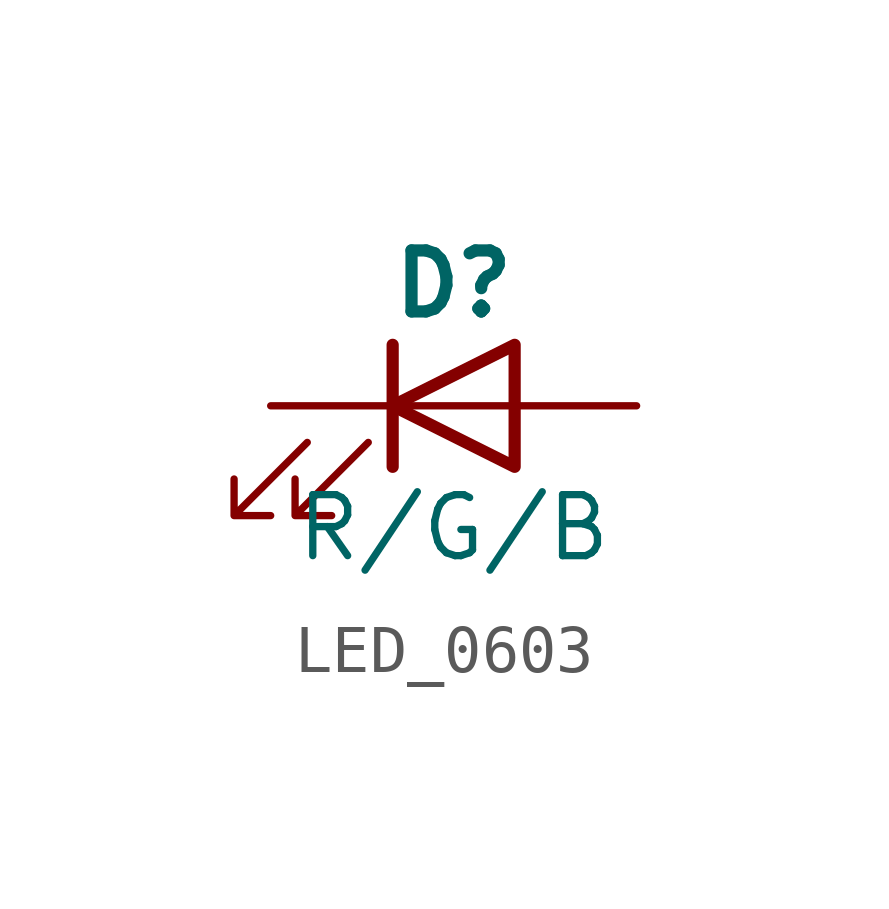
<source format=kicad_sym>
(kicad_symbol_lib
  (version 20220914)
  (generator kicad_symbol_editor)
  (symbol "LED_0603"
    (pin_numbers hide)
    (pin_names
      (offset 1.016) hide)
    (property "Reference" "D"
      (at 0 2.54 0)
      (effects (font (size 1.27 1.27) bold)))
    (property "Value" "R/G/B"
      (at 0 -2.54 0)
      (effects (font (size 1.27 1.27))))
    (symbol "LED_0603_0_1"
      (polyline (pts (xy -1.27 -1.27) (xy -1.27 1.27)) (stroke (width 0.254) (type default)) (fill (type none)))
      (polyline (pts (xy -1.27 0) (xy 1.27 0)) (stroke (width 0) (type default)) (fill (type none)))
      (polyline (pts (xy 1.27 -1.27) (xy 1.27 1.27) (xy -1.27 0) (xy 1.27 -1.27)) (stroke (width 0.254) (type default)) (fill (type none)))
      (polyline (pts (xy -3.048 -0.762) (xy -4.572 -2.286) (xy -3.81 -2.286) (xy -4.572 -2.286) (xy -4.572 -1.524)) (stroke (width 0) (type default)) (fill (type none)))
      (polyline (pts (xy -1.778 -0.762) (xy -3.302 -2.286) (xy -2.54 -2.286) (xy -3.302 -2.286) (xy -3.302 -1.524)) (stroke (width 0) (type default)) (fill (type none))))
    (symbol "LED_0603_1_1"
      (pin passive line (at -3.81 0 0) (length 2.54) (name "K" (effects (font (size 1.27 1.27)))) (number "1" (effects (font (size 1.27 1.27)))))
      (pin passive line (at 3.81 0 180) (length 2.54) (name "A" (effects (font (size 1.27 1.27)))) (number "2" (effects (font (size 1.27 1.27))))))))
</source>
